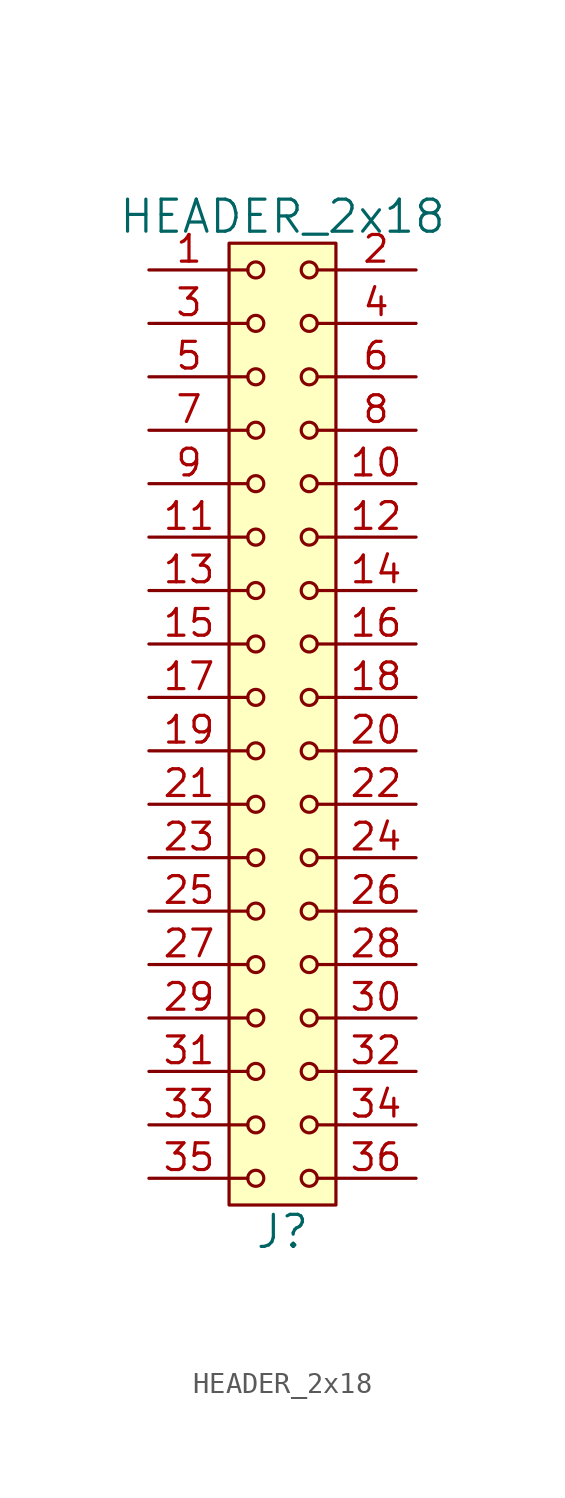
<source format=kicad_sym>
(kicad_symbol_lib
  (version 20211014)
  (generator kicad_symbol_editor)
  (symbol "HEADER_2x18"
    (pin_names
      (offset 1.016))
    (property "Reference" "J"
      (at 0 -24.13 0)
      (effects (font (size 1.524 1.524))))
    (property "Value" "HEADER_2x18"
      (at 0 24.13 0)
      (effects (font (size 1.524 1.524))))
    (property "Footprint" ""
      (at 0 21.59 0)
      (effects (font (size 1.524 1.524))))
    (property "Datasheet" ""
      (at 0 21.59 0)
      (effects (font (size 1.524 1.524))))
    (symbol "HEADER_2x18_0_1"
      (rectangle (start -2.54 22.86) (end 2.54 -22.86) (stroke (width 0) (type default) (color 0 0 0 0)) (fill (type background)))
      (circle (center -1.27 -21.59) (radius 0.381) (stroke (width 0) (type default) (color 0 0 0 0)) (fill (type none)))
      (circle (center -1.27 -19.05) (radius 0.381) (stroke (width 0) (type default) (color 0 0 0 0)) (fill (type none)))
      (circle (center -1.27 -16.51) (radius 0.381) (stroke (width 0) (type default) (color 0 0 0 0)) (fill (type none)))
      (circle (center -1.27 -13.97) (radius 0.381) (stroke (width 0) (type default) (color 0 0 0 0)) (fill (type none)))
      (circle (center -1.27 -11.43) (radius 0.381) (stroke (width 0) (type default) (color 0 0 0 0)) (fill (type none)))
      (circle (center -1.27 -8.89) (radius 0.381) (stroke (width 0) (type default) (color 0 0 0 0)) (fill (type none)))
      (circle (center -1.27 -6.35) (radius 0.381) (stroke (width 0) (type default) (color 0 0 0 0)) (fill (type none)))
      (circle (center -1.27 -3.81) (radius 0.381) (stroke (width 0) (type default) (color 0 0 0 0)) (fill (type none)))
      (circle (center -1.27 -1.27) (radius 0.381) (stroke (width 0) (type default) (color 0 0 0 0)) (fill (type none)))
      (circle (center -1.27 1.27) (radius 0.381) (stroke (width 0) (type default) (color 0 0 0 0)) (fill (type none)))
      (circle (center -1.27 3.81) (radius 0.381) (stroke (width 0) (type default) (color 0 0 0 0)) (fill (type none)))
      (circle (center -1.27 6.35) (radius 0.381) (stroke (width 0) (type default) (color 0 0 0 0)) (fill (type none)))
      (circle (center -1.27 8.89) (radius 0.381) (stroke (width 0) (type default) (color 0 0 0 0)) (fill (type none)))
      (circle (center -1.27 11.43) (radius 0.381) (stroke (width 0) (type default) (color 0 0 0 0)) (fill (type none)))
      (circle (center -1.27 13.97) (radius 0.381) (stroke (width 0) (type default) (color 0 0 0 0)) (fill (type none)))
      (circle (center -1.27 16.51) (radius 0.381) (stroke (width 0) (type default) (color 0 0 0 0)) (fill (type none)))
      (circle (center -1.27 19.05) (radius 0.381) (stroke (width 0) (type default) (color 0 0 0 0)) (fill (type none)))
      (circle (center -1.27 21.59) (radius 0.381) (stroke (width 0) (type default) (color 0 0 0 0)) (fill (type none)))
      (polyline (pts (xy -1.651 -21.59) (xy -2.54 -21.59)) (stroke (width 0) (type default) (color 0 0 0 0)) (fill (type none)))
      (polyline (pts (xy -1.651 -19.05) (xy -2.54 -19.05)) (stroke (width 0) (type default) (color 0 0 0 0)) (fill (type none)))
      (polyline (pts (xy -1.651 -16.51) (xy -2.54 -16.51)) (stroke (width 0) (type default) (color 0 0 0 0)) (fill (type none)))
      (polyline (pts (xy -1.651 -13.97) (xy -2.54 -13.97)) (stroke (width 0) (type default) (color 0 0 0 0)) (fill (type none)))
      (polyline (pts (xy -1.651 -11.43) (xy -2.54 -11.43)) (stroke (width 0) (type default) (color 0 0 0 0)) (fill (type none)))
      (polyline (pts (xy -1.651 -8.89) (xy -2.54 -8.89)) (stroke (width 0) (type default) (color 0 0 0 0)) (fill (type none)))
      (polyline (pts (xy -1.651 -6.35) (xy -2.54 -6.35)) (stroke (width 0) (type default) (color 0 0 0 0)) (fill (type none)))
      (polyline (pts (xy -1.651 -3.81) (xy -2.54 -3.81)) (stroke (width 0) (type default) (color 0 0 0 0)) (fill (type none)))
      (polyline (pts (xy -1.651 -1.27) (xy -2.54 -1.27)) (stroke (width 0) (type default) (color 0 0 0 0)) (fill (type none)))
      (polyline (pts (xy -1.651 1.27) (xy -2.54 1.27)) (stroke (width 0) (type default) (color 0 0 0 0)) (fill (type none)))
      (polyline (pts (xy -1.651 3.81) (xy -2.54 3.81)) (stroke (width 0) (type default) (color 0 0 0 0)) (fill (type none)))
      (polyline (pts (xy -1.651 6.35) (xy -2.54 6.35)) (stroke (width 0) (type default) (color 0 0 0 0)) (fill (type none)))
      (polyline (pts (xy -1.651 8.89) (xy -2.54 8.89)) (stroke (width 0) (type default) (color 0 0 0 0)) (fill (type none)))
      (polyline (pts (xy -1.651 11.43) (xy -2.54 11.43)) (stroke (width 0) (type default) (color 0 0 0 0)) (fill (type none)))
      (polyline (pts (xy -1.651 13.97) (xy -2.54 13.97)) (stroke (width 0) (type default) (color 0 0 0 0)) (fill (type none)))
      (polyline (pts (xy -1.651 16.51) (xy -2.54 16.51)) (stroke (width 0) (type default) (color 0 0 0 0)) (fill (type none)))
      (polyline (pts (xy -1.651 19.05) (xy -2.54 19.05)) (stroke (width 0) (type default) (color 0 0 0 0)) (fill (type none)))
      (polyline (pts (xy -1.651 21.59) (xy -2.54 21.59)) (stroke (width 0) (type default) (color 0 0 0 0)) (fill (type none)))
      (polyline (pts (xy 1.651 -21.59) (xy 2.54 -21.59)) (stroke (width 0) (type default) (color 0 0 0 0)) (fill (type none)))
      (polyline (pts (xy 1.651 -19.05) (xy 2.54 -19.05)) (stroke (width 0) (type default) (color 0 0 0 0)) (fill (type none)))
      (polyline (pts (xy 1.651 -16.51) (xy 2.54 -16.51)) (stroke (width 0) (type default) (color 0 0 0 0)) (fill (type none)))
      (polyline (pts (xy 1.651 -13.97) (xy 2.54 -13.97)) (stroke (width 0) (type default) (color 0 0 0 0)) (fill (type none)))
      (polyline (pts (xy 1.651 -11.43) (xy 2.54 -11.43)) (stroke (width 0) (type default) (color 0 0 0 0)) (fill (type none)))
      (polyline (pts (xy 1.651 -8.89) (xy 2.54 -8.89)) (stroke (width 0) (type default) (color 0 0 0 0)) (fill (type none)))
      (polyline (pts (xy 1.651 -6.35) (xy 2.54 -6.35)) (stroke (width 0) (type default) (color 0 0 0 0)) (fill (type none)))
      (polyline (pts (xy 1.651 -3.81) (xy 2.54 -3.81)) (stroke (width 0) (type default) (color 0 0 0 0)) (fill (type none)))
      (polyline (pts (xy 1.651 -1.27) (xy 2.54 -1.27)) (stroke (width 0) (type default) (color 0 0 0 0)) (fill (type none)))
      (polyline (pts (xy 1.651 1.27) (xy 2.54 1.27)) (stroke (width 0) (type default) (color 0 0 0 0)) (fill (type none)))
      (polyline (pts (xy 1.651 3.81) (xy 2.54 3.81)) (stroke (width 0) (type default) (color 0 0 0 0)) (fill (type none)))
      (polyline (pts (xy 1.651 6.35) (xy 2.54 6.35)) (stroke (width 0) (type default) (color 0 0 0 0)) (fill (type none)))
      (polyline (pts (xy 1.651 8.89) (xy 2.54 8.89)) (stroke (width 0) (type default) (color 0 0 0 0)) (fill (type none)))
      (polyline (pts (xy 1.651 11.43) (xy 2.54 11.43)) (stroke (width 0) (type default) (color 0 0 0 0)) (fill (type none)))
      (polyline (pts (xy 1.651 13.97) (xy 2.54 13.97)) (stroke (width 0) (type default) (color 0 0 0 0)) (fill (type none)))
      (polyline (pts (xy 1.651 16.51) (xy 2.54 16.51)) (stroke (width 0) (type default) (color 0 0 0 0)) (fill (type none)))
      (polyline (pts (xy 1.651 19.05) (xy 2.54 19.05)) (stroke (width 0) (type default) (color 0 0 0 0)) (fill (type none)))
      (polyline (pts (xy 1.651 21.59) (xy 2.54 21.59)) (stroke (width 0) (type default) (color 0 0 0 0)) (fill (type none)))
      (circle (center 1.27 -21.59) (radius 0.381) (stroke (width 0) (type default) (color 0 0 0 0)) (fill (type none)))
      (circle (center 1.27 -19.05) (radius 0.381) (stroke (width 0) (type default) (color 0 0 0 0)) (fill (type none)))
      (circle (center 1.27 -16.51) (radius 0.381) (stroke (width 0) (type default) (color 0 0 0 0)) (fill (type none)))
      (circle (center 1.27 -13.97) (radius 0.381) (stroke (width 0) (type default) (color 0 0 0 0)) (fill (type none)))
      (circle (center 1.27 -11.43) (radius 0.381) (stroke (width 0) (type default) (color 0 0 0 0)) (fill (type none)))
      (circle (center 1.27 -8.89) (radius 0.381) (stroke (width 0) (type default) (color 0 0 0 0)) (fill (type none)))
      (circle (center 1.27 -6.35) (radius 0.381) (stroke (width 0) (type default) (color 0 0 0 0)) (fill (type none)))
      (circle (center 1.27 -3.81) (radius 0.381) (stroke (width 0) (type default) (color 0 0 0 0)) (fill (type none)))
      (circle (center 1.27 -1.27) (radius 0.381) (stroke (width 0) (type default) (color 0 0 0 0)) (fill (type none)))
      (circle (center 1.27 1.27) (radius 0.381) (stroke (width 0) (type default) (color 0 0 0 0)) (fill (type none)))
      (circle (center 1.27 3.81) (radius 0.381) (stroke (width 0) (type default) (color 0 0 0 0)) (fill (type none)))
      (circle (center 1.27 6.35) (radius 0.381) (stroke (width 0) (type default) (color 0 0 0 0)) (fill (type none)))
      (circle (center 1.27 8.89) (radius 0.381) (stroke (width 0) (type default) (color 0 0 0 0)) (fill (type none)))
      (circle (center 1.27 11.43) (radius 0.381) (stroke (width 0) (type default) (color 0 0 0 0)) (fill (type none)))
      (circle (center 1.27 13.97) (radius 0.381) (stroke (width 0) (type default) (color 0 0 0 0)) (fill (type none)))
      (circle (center 1.27 16.51) (radius 0.381) (stroke (width 0) (type default) (color 0 0 0 0)) (fill (type none)))
      (circle (center 1.27 19.05) (radius 0.381) (stroke (width 0) (type default) (color 0 0 0 0)) (fill (type none)))
      (circle (center 1.27 21.59) (radius 0.381) (stroke (width 0) (type default) (color 0 0 0 0)) (fill (type none))))
    (symbol "HEADER_2x18_1_1"
      (pin input line (at -6.35 21.59 0) (length 3.81) (name "~" (effects (font (size 1.27 1.27)))) (number "1" (effects (font (size 1.27 1.27)))))
      (pin input line (at 6.35 11.43 180) (length 3.81) (name "~" (effects (font (size 1.27 1.27)))) (number "10" (effects (font (size 1.27 1.27)))))
      (pin input line (at -6.35 8.89 0) (length 3.81) (name "~" (effects (font (size 1.27 1.27)))) (number "11" (effects (font (size 1.27 1.27)))))
      (pin input line (at 6.35 8.89 180) (length 3.81) (name "~" (effects (font (size 1.27 1.27)))) (number "12" (effects (font (size 1.27 1.27)))))
      (pin input line (at -6.35 6.35 0) (length 3.81) (name "~" (effects (font (size 1.27 1.27)))) (number "13" (effects (font (size 1.27 1.27)))))
      (pin input line (at 6.35 6.35 180) (length 3.81) (name "~" (effects (font (size 1.27 1.27)))) (number "14" (effects (font (size 1.27 1.27)))))
      (pin input line (at -6.35 3.81 0) (length 3.81) (name "~" (effects (font (size 1.27 1.27)))) (number "15" (effects (font (size 1.27 1.27)))))
      (pin input line (at 6.35 3.81 180) (length 3.81) (name "~" (effects (font (size 1.27 1.27)))) (number "16" (effects (font (size 1.27 1.27)))))
      (pin input line (at -6.35 1.27 0) (length 3.81) (name "~" (effects (font (size 1.27 1.27)))) (number "17" (effects (font (size 1.27 1.27)))))
      (pin input line (at 6.35 1.27 180) (length 3.81) (name "~" (effects (font (size 1.27 1.27)))) (number "18" (effects (font (size 1.27 1.27)))))
      (pin input line (at -6.35 -1.27 0) (length 3.81) (name "~" (effects (font (size 1.27 1.27)))) (number "19" (effects (font (size 1.27 1.27)))))
      (pin input line (at 6.35 21.59 180) (length 3.81) (name "~" (effects (font (size 1.27 1.27)))) (number "2" (effects (font (size 1.27 1.27)))))
      (pin input line (at 6.35 -1.27 180) (length 3.81) (name "~" (effects (font (size 1.27 1.27)))) (number "20" (effects (font (size 1.27 1.27)))))
      (pin input line (at -6.35 -3.81 0) (length 3.81) (name "~" (effects (font (size 1.27 1.27)))) (number "21" (effects (font (size 1.27 1.27)))))
      (pin input line (at 6.35 -3.81 180) (length 3.81) (name "~" (effects (font (size 1.27 1.27)))) (number "22" (effects (font (size 1.27 1.27)))))
      (pin input line (at -6.35 -6.35 0) (length 3.81) (name "~" (effects (font (size 1.27 1.27)))) (number "23" (effects (font (size 1.27 1.27)))))
      (pin input line (at 6.35 -6.35 180) (length 3.81) (name "~" (effects (font (size 1.27 1.27)))) (number "24" (effects (font (size 1.27 1.27)))))
      (pin input line (at -6.35 -8.89 0) (length 3.81) (name "~" (effects (font (size 1.27 1.27)))) (number "25" (effects (font (size 1.27 1.27)))))
      (pin input line (at 6.35 -8.89 180) (length 3.81) (name "~" (effects (font (size 1.27 1.27)))) (number "26" (effects (font (size 1.27 1.27)))))
      (pin input line (at -6.35 -11.43 0) (length 3.81) (name "~" (effects (font (size 1.27 1.27)))) (number "27" (effects (font (size 1.27 1.27)))))
      (pin input line (at 6.35 -11.43 180) (length 3.81) (name "~" (effects (font (size 1.27 1.27)))) (number "28" (effects (font (size 1.27 1.27)))))
      (pin input line (at -6.35 -13.97 0) (length 3.81) (name "~" (effects (font (size 1.27 1.27)))) (number "29" (effects (font (size 1.27 1.27)))))
      (pin input line (at -6.35 19.05 0) (length 3.81) (name "~" (effects (font (size 1.27 1.27)))) (number "3" (effects (font (size 1.27 1.27)))))
      (pin input line (at 6.35 -13.97 180) (length 3.81) (name "~" (effects (font (size 1.27 1.27)))) (number "30" (effects (font (size 1.27 1.27)))))
      (pin input line (at -6.35 -16.51 0) (length 3.81) (name "~" (effects (font (size 1.27 1.27)))) (number "31" (effects (font (size 1.27 1.27)))))
      (pin input line (at 6.35 -16.51 180) (length 3.81) (name "~" (effects (font (size 1.27 1.27)))) (number "32" (effects (font (size 1.27 1.27)))))
      (pin input line (at -6.35 -19.05 0) (length 3.81) (name "~" (effects (font (size 1.27 1.27)))) (number "33" (effects (font (size 1.27 1.27)))))
      (pin input line (at 6.35 -19.05 180) (length 3.81) (name "~" (effects (font (size 1.27 1.27)))) (number "34" (effects (font (size 1.27 1.27)))))
      (pin input line (at -6.35 -21.59 0) (length 3.81) (name "~" (effects (font (size 1.27 1.27)))) (number "35" (effects (font (size 1.27 1.27)))))
      (pin input line (at 6.35 -21.59 180) (length 3.81) (name "~" (effects (font (size 1.27 1.27)))) (number "36" (effects (font (size 1.27 1.27)))))
      (pin input line (at 6.35 19.05 180) (length 3.81) (name "~" (effects (font (size 1.27 1.27)))) (number "4" (effects (font (size 1.27 1.27)))))
      (pin input line (at -6.35 16.51 0) (length 3.81) (name "~" (effects (font (size 1.27 1.27)))) (number "5" (effects (font (size 1.27 1.27)))))
      (pin input line (at 6.35 16.51 180) (length 3.81) (name "~" (effects (font (size 1.27 1.27)))) (number "6" (effects (font (size 1.27 1.27)))))
      (pin input line (at -6.35 13.97 0) (length 3.81) (name "~" (effects (font (size 1.27 1.27)))) (number "7" (effects (font (size 1.27 1.27)))))
      (pin input line (at 6.35 13.97 180) (length 3.81) (name "~" (effects (font (size 1.27 1.27)))) (number "8" (effects (font (size 1.27 1.27)))))
      (pin input line (at -6.35 11.43 0) (length 3.81) (name "~" (effects (font (size 1.27 1.27)))) (number "9" (effects (font (size 1.27 1.27))))))))
</source>
